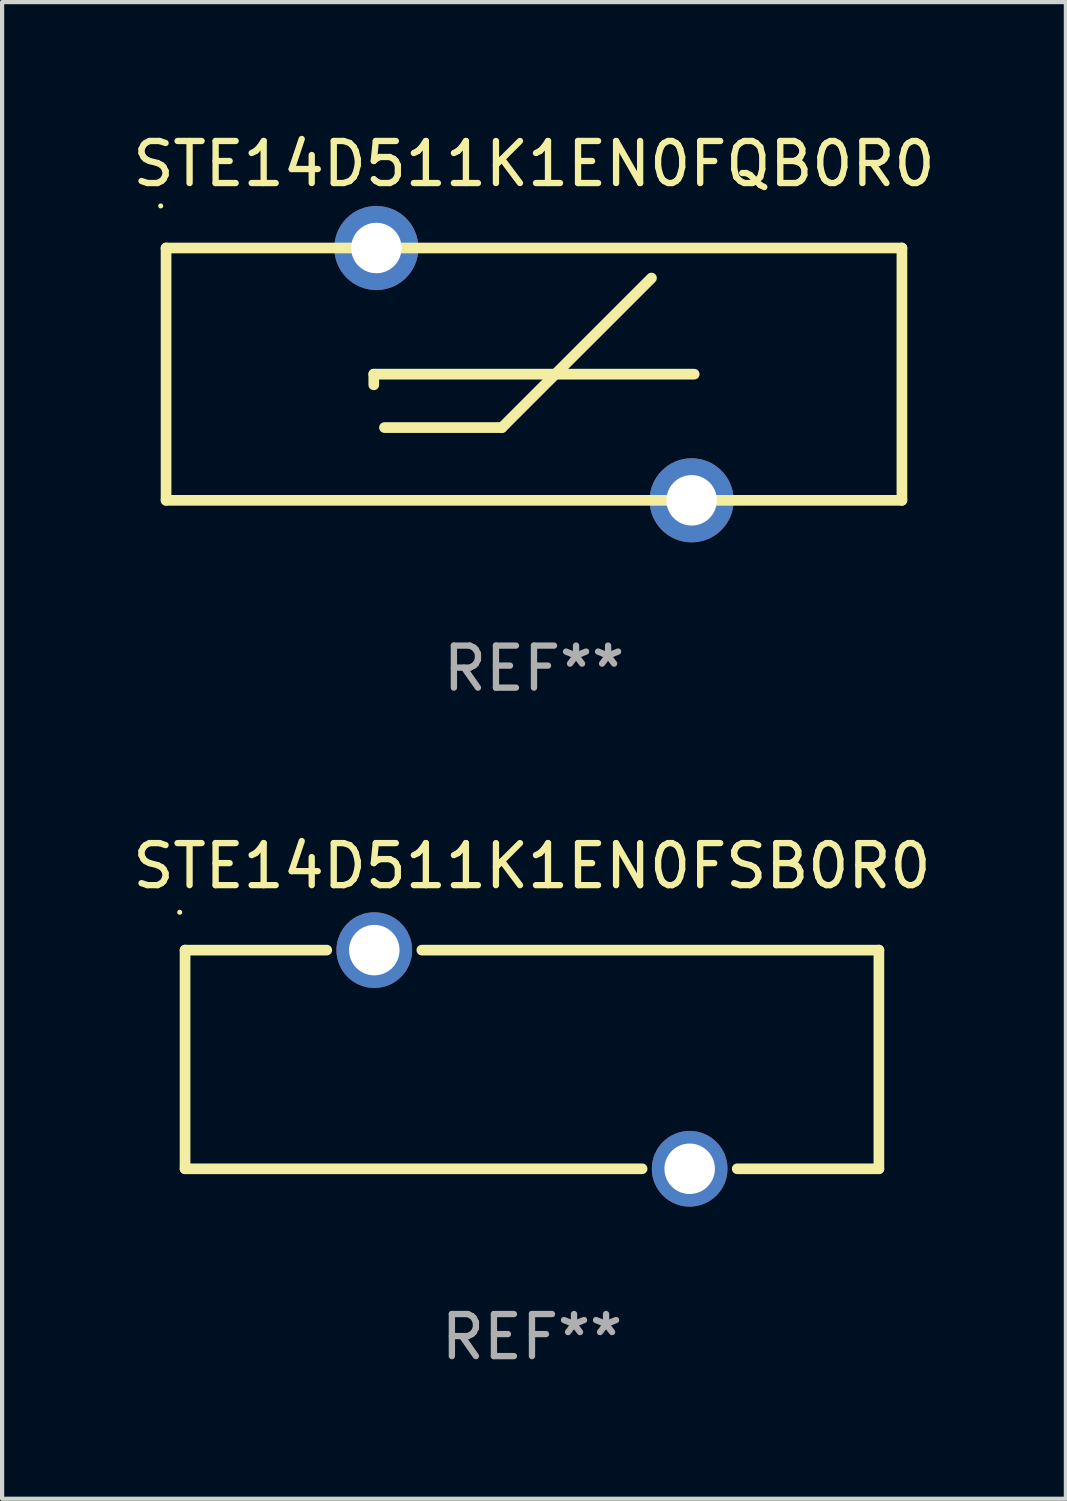
<source format=kicad_pcb>
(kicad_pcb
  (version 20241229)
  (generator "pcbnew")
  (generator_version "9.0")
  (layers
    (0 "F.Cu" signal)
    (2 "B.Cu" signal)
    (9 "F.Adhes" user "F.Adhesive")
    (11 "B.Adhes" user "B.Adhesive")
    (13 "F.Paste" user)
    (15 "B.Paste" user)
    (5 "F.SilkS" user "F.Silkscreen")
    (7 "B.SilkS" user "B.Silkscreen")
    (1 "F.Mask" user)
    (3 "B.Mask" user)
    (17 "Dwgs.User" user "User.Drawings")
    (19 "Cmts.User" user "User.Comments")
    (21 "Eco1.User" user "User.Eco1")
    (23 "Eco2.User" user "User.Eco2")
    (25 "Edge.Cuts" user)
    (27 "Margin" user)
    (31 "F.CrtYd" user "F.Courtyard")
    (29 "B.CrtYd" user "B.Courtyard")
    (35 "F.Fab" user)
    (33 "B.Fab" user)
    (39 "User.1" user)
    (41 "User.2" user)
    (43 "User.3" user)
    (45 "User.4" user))
  (footprint "STE14D511K1EN0FQB0R0"
    (layer "F.Cu")
    (at 9.649 5.848)
    (property "Reference" "STE14D511K1EN0FQB0R0" (at 0 -5 0) (layer "F.SilkS") (effects (font (size 1 1) (thickness 0.15))))
    (attr through_hole)
    (fp_line (start -8.75 -3) (end -8.75 3) (stroke (width 0.254) (type solid)) (layer "F.SilkS"))
    (fp_line (start -8.75 -3) (end 8.75 -3) (stroke (width 0.254) (type solid)) (layer "F.SilkS"))
    (fp_line (start -3.81 0) (end 3.81 0) (stroke (width 0.254) (type solid)) (layer "F.SilkS"))
    (fp_line (start -3.81 0.254) (end -3.81 0) (stroke (width 0.254) (type solid)) (layer "F.SilkS"))
    (fp_line (start -3.556 1.27) (end -0.762 1.27) (stroke (width 0.254) (type solid)) (layer "F.SilkS"))
    (fp_line (start -0.762 1.27) (end 2.794 -2.286) (stroke (width 0.254) (type solid)) (layer "F.SilkS"))
    (fp_line (start 8.75 3) (end -8.75 3) (stroke (width 0.254) (type solid)) (layer "F.SilkS"))
    (fp_line (start 8.75 3) (end 8.75 -3) (stroke (width 0.254) (type solid)) (layer "F.SilkS"))
    (fp_circle (center -8.877 -4) (end -8.847 -4) (stroke (width 0.06) (type solid)) (fill no) (layer "F.SilkS"))
    (fp_text user "REF**" (at 0 7 0) (layer "F.Fab") (effects (font (size 1 1) (thickness 0.15))))
    (pad "1" thru_hole circle (at -3.749 -3) (size 2 2) (drill 1.2) (layers "*.Cu" "*.Mask"))
    (pad "2" thru_hole circle (at 3.749 3) (size 2 2) (drill 1.2) (layers "*.Cu" "*.Mask")))
  (footprint "STE14D511K1EN0FSB0R0"
    (layer "F.Cu")
    (at 9.601 22.145)
    (property "Reference" "STE14D511K1EN0FSB0R0" (at 0 -4.6 0) (layer "F.SilkS") (effects (font (size 1 1) (thickness 0.15))))
    (attr through_hole)
    (fp_line (start -8.25 -2.6) (end -4.881 -2.6) (stroke (width 0.254) (type solid)) (layer "F.SilkS"))
    (fp_line (start -8.25 2.6) (end -8.25 -2.6) (stroke (width 0.254) (type solid)) (layer "F.SilkS"))
    (fp_line (start -8.25 2.6) (end 2.619 2.6) (stroke (width 0.254) (type solid)) (layer "F.SilkS"))
    (fp_line (start -2.619 -2.6) (end 8.25 -2.6) (stroke (width 0.254) (type solid)) (layer "F.SilkS"))
    (fp_line (start 4.881 2.6) (end 8.25 2.6) (stroke (width 0.254) (type solid)) (layer "F.SilkS"))
    (fp_line (start 8.25 -2.6) (end 8.25 2.6) (stroke (width 0.254) (type solid)) (layer "F.SilkS"))
    (fp_circle (center -8.377 -3.5) (end -8.347 -3.5) (stroke (width 0.06) (type solid)) (fill no) (layer "F.SilkS"))
    (fp_text user "REF**" (at 0 6.6 0) (layer "F.Fab") (effects (font (size 1 1) (thickness 0.15))))
    (pad "1" thru_hole circle (at -3.75 -2.6) (size 1.8 1.8) (drill 1.2) (layers "*.Cu" "*.Mask"))
    (pad "2" thru_hole circle (at 3.75 2.6) (size 1.8 1.8) (drill 1.2) (layers "*.Cu" "*.Mask")))
  (gr_rect
    (start -3 -3)
    (end 22.298 32.593)
    (stroke (width 0.1) (type default))
    (fill no)
    (layer "Edge.Cuts")))
</source>
